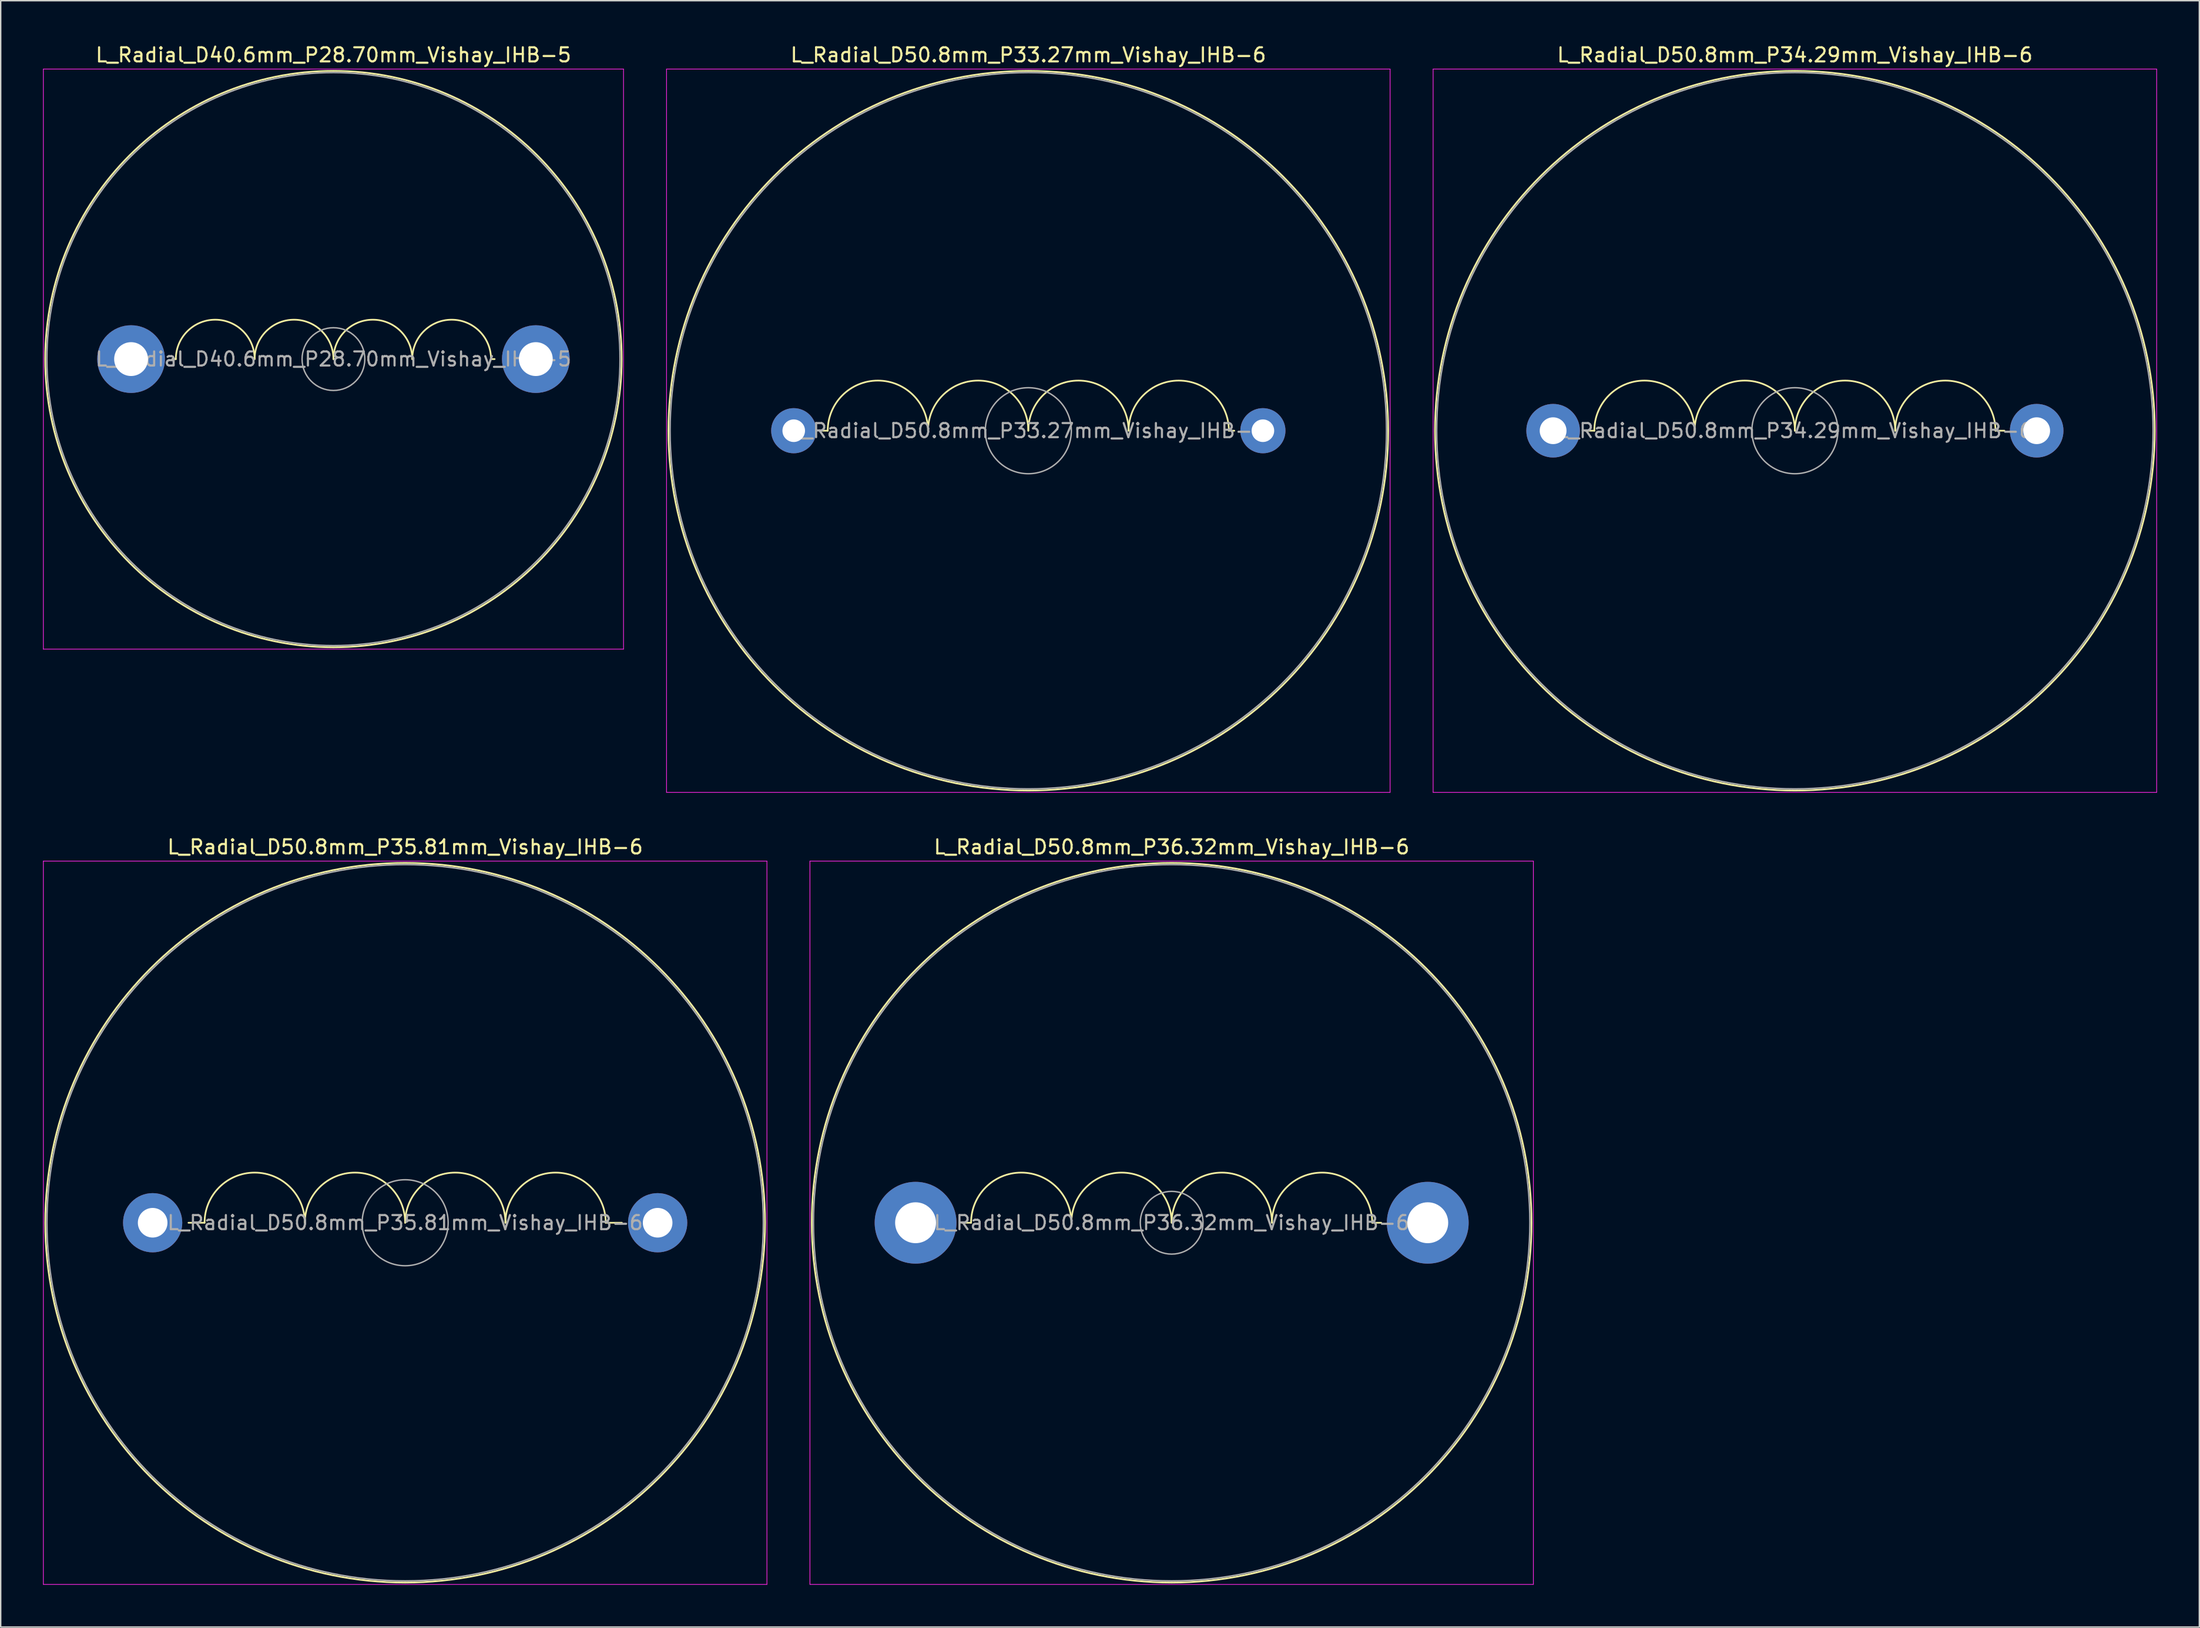
<source format=kicad_pcb>
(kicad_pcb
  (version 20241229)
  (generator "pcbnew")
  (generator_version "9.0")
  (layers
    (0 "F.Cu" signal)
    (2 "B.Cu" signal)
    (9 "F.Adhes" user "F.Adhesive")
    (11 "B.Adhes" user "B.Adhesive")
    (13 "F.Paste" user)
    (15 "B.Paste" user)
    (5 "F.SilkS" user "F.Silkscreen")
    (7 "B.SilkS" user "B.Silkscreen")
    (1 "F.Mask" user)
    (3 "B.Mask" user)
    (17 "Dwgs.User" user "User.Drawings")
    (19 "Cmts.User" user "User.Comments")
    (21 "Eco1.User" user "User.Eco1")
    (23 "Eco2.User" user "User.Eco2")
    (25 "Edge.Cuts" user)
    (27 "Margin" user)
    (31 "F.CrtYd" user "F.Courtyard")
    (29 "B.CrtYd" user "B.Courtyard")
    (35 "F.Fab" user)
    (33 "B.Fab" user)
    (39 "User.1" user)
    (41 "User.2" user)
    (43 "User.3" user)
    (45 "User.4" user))
  (footprint "L_Radial_D40.6mm_P28.70mm_Vishay_IHB-5"
    (layer "F.Cu")
    (at 6.245 22.418)
    (property "Reference" "L_Radial_D40.6mm_P28.70mm_Vishay_IHB-5" (at 14.35 -21.57 0) (layer "F.SilkS") (effects (font (size 1 1) (thickness 0.15))))
    (attr through_hole)
    (fp_line (start 3.174 0) (end 2.92 0) (stroke (width 0.12) (type solid)) (layer "F.SilkS"))
    (fp_line (start 25.526 0) (end 25.78 0) (stroke (width 0.12) (type solid)) (layer "F.SilkS"))
    (fp_arc (start 3.174 0) (mid 5.968 -2.794) (end 8.762 0) (stroke (width 0.12) (type solid)) (layer "F.SilkS"))
    (fp_arc (start 8.762 0) (mid 11.556 -2.794) (end 14.35 0) (stroke (width 0.12) (type solid)) (layer "F.SilkS"))
    (fp_arc (start 14.35 0) (mid 17.144 -2.794) (end 19.938 0) (stroke (width 0.12) (type solid)) (layer "F.SilkS"))
    (fp_arc (start 19.938 0) (mid 22.732 -2.794) (end 25.526 0) (stroke (width 0.12) (type solid)) (layer "F.SilkS"))
    (fp_circle (center 14.35 0) (end 34.79 0) (stroke (width 0.12) (type solid)) (fill no) (layer "F.SilkS"))
    (fp_line (start -6.22 -20.57) (end -6.22 20.57) (stroke (width 0.05) (type solid)) (layer "F.CrtYd"))
    (fp_line (start -6.22 20.57) (end 34.92 20.57) (stroke (width 0.05) (type solid)) (layer "F.CrtYd"))
    (fp_line (start 34.92 -20.57) (end -6.22 -20.57) (stroke (width 0.05) (type solid)) (layer "F.CrtYd"))
    (fp_line (start 34.92 20.57) (end 34.92 -20.57) (stroke (width 0.05) (type solid)) (layer "F.CrtYd"))
    (fp_circle (center 14.35 0) (end 16.575 0) (stroke (width 0.1) (type solid)) (fill no) (layer "F.Fab"))
    (fp_circle (center 14.35 0) (end 34.67 0) (stroke (width 0.1) (type solid)) (fill no) (layer "F.Fab"))
    (fp_text user "${REFERENCE}" (at 14.35 0 0) (layer "F.Fab") (effects (font (size 1 1) (thickness 0.15))))
    (pad "1" thru_hole circle (at 0 0) (size 4.8 4.8) (drill 2.4) (layers "*.Cu" "*.Mask"))
    (pad "2" thru_hole circle (at 28.7 0) (size 4.8 4.8) (drill 2.4) (layers "*.Cu" "*.Mask")))
  (footprint "L_Radial_D50.8mm_P36.32mm_Vishay_IHB-6"
    (layer "F.Cu")
    (at 61.875 83.671)
    (property "Reference" "L_Radial_D50.8mm_P36.32mm_Vishay_IHB-6" (at 18.16 -26.65 0) (layer "F.SilkS") (effects (font (size 1 1) (thickness 0.15))))
    (attr through_hole)
    (fp_line (start 3.936 0) (end 3.302 0) (stroke (width 0.12) (type solid)) (layer "F.SilkS"))
    (fp_line (start 32.384 0) (end 33.02 0) (stroke (width 0.12) (type solid)) (layer "F.SilkS"))
    (fp_arc (start 3.936 0) (mid 7.492 -3.556) (end 11.048 0) (stroke (width 0.12) (type solid)) (layer "F.SilkS"))
    (fp_arc (start 11.048 0) (mid 14.604 -3.556) (end 18.16 0) (stroke (width 0.12) (type solid)) (layer "F.SilkS"))
    (fp_arc (start 18.16 0) (mid 21.716 -3.556) (end 25.272 0) (stroke (width 0.12) (type solid)) (layer "F.SilkS"))
    (fp_arc (start 25.272 0) (mid 28.828 -3.556) (end 32.384 0) (stroke (width 0.12) (type solid)) (layer "F.SilkS"))
    (fp_circle (center 18.16 0) (end 43.68 0) (stroke (width 0.12) (type solid)) (fill no) (layer "F.SilkS"))
    (fp_line (start -7.49 -25.65) (end -7.49 25.65) (stroke (width 0.05) (type solid)) (layer "F.CrtYd"))
    (fp_line (start -7.49 25.65) (end 43.81 25.65) (stroke (width 0.05) (type solid)) (layer "F.CrtYd"))
    (fp_line (start 43.81 -25.65) (end -7.49 -25.65) (stroke (width 0.05) (type solid)) (layer "F.CrtYd"))
    (fp_line (start 43.81 25.65) (end 43.81 -25.65) (stroke (width 0.05) (type solid)) (layer "F.CrtYd"))
    (fp_circle (center 18.16 0) (end 20.385 0) (stroke (width 0.1) (type solid)) (fill no) (layer "F.Fab"))
    (fp_circle (center 18.16 0) (end 43.56 0) (stroke (width 0.1) (type solid)) (fill no) (layer "F.Fab"))
    (fp_text user "${REFERENCE}" (at 18.16 0 0) (layer "F.Fab") (effects (font (size 1 1) (thickness 0.15))))
    (pad "1" thru_hole circle (at 0 0) (size 5.8 5.8) (drill 2.9) (layers "*.Cu" "*.Mask"))
    (pad "2" thru_hole circle (at 36.32 0) (size 5.8 5.8) (drill 2.9) (layers "*.Cu" "*.Mask")))
  (footprint "L_Radial_D50.8mm_P34.29mm_Vishay_IHB-6"
    (layer "F.Cu")
    (at 107.085 27.498)
    (property "Reference" "L_Radial_D50.8mm_P34.29mm_Vishay_IHB-6" (at 17.145 -26.65 0) (layer "F.SilkS") (effects (font (size 1 1) (thickness 0.15))))
    (attr through_hole)
    (fp_line (start 2.921 0) (end 2.286 0) (stroke (width 0.12) (type solid)) (layer "F.SilkS"))
    (fp_line (start 31.369 0) (end 32.004 0) (stroke (width 0.12) (type solid)) (layer "F.SilkS"))
    (fp_arc (start 2.921 0) (mid 6.477 -3.556) (end 10.033 0) (stroke (width 0.12) (type solid)) (layer "F.SilkS"))
    (fp_arc (start 10.033 0) (mid 13.589 -3.556) (end 17.145 0) (stroke (width 0.12) (type solid)) (layer "F.SilkS"))
    (fp_arc (start 17.145 0) (mid 20.701 -3.556) (end 24.257 0) (stroke (width 0.12) (type solid)) (layer "F.SilkS"))
    (fp_arc (start 24.257 0) (mid 27.813 -3.556) (end 31.369 0) (stroke (width 0.12) (type solid)) (layer "F.SilkS"))
    (fp_circle (center 17.145 0) (end 42.665 0) (stroke (width 0.12) (type solid)) (fill no) (layer "F.SilkS"))
    (fp_line (start -8.51 -25.65) (end -8.51 25.65) (stroke (width 0.05) (type solid)) (layer "F.CrtYd"))
    (fp_line (start -8.51 25.65) (end 42.8 25.65) (stroke (width 0.05) (type solid)) (layer "F.CrtYd"))
    (fp_line (start 42.8 -25.65) (end -8.51 -25.65) (stroke (width 0.05) (type solid)) (layer "F.CrtYd"))
    (fp_line (start 42.8 25.65) (end 42.8 -25.65) (stroke (width 0.05) (type solid)) (layer "F.CrtYd"))
    (fp_circle (center 17.145 0) (end 20.195 0) (stroke (width 0.1) (type solid)) (fill no) (layer "F.Fab"))
    (fp_circle (center 17.145 0) (end 42.545 0) (stroke (width 0.1) (type solid)) (fill no) (layer "F.Fab"))
    (fp_text user "${REFERENCE}" (at 17.145 0 0) (layer "F.Fab") (effects (font (size 1 1) (thickness 0.15))))
    (pad "1" thru_hole circle (at 0 0) (size 3.8 3.8) (drill 1.9) (layers "*.Cu" "*.Mask"))
    (pad "2" thru_hole circle (at 34.29 0) (size 3.8 3.8) (drill 1.9) (layers "*.Cu" "*.Mask")))
  (footprint "L_Radial_D50.8mm_P35.81mm_Vishay_IHB-6"
    (layer "F.Cu")
    (at 7.775 83.671)
    (property "Reference" "L_Radial_D50.8mm_P35.81mm_Vishay_IHB-6" (at 17.905 -26.65 0) (layer "F.SilkS") (effects (font (size 1 1) (thickness 0.15))))
    (attr through_hole)
    (fp_line (start 3.681 0) (end 2.54 0) (stroke (width 0.12) (type solid)) (layer "F.SilkS"))
    (fp_line (start 32.129 0) (end 33.274 0) (stroke (width 0.12) (type solid)) (layer "F.SilkS"))
    (fp_arc (start 3.681 0) (mid 7.237 -3.556) (end 10.793 0) (stroke (width 0.12) (type solid)) (layer "F.SilkS"))
    (fp_arc (start 10.793 0) (mid 14.349 -3.556) (end 17.905 0) (stroke (width 0.12) (type solid)) (layer "F.SilkS"))
    (fp_arc (start 17.905 0) (mid 21.461 -3.556) (end 25.017 0) (stroke (width 0.12) (type solid)) (layer "F.SilkS"))
    (fp_arc (start 25.017 0) (mid 28.573 -3.556) (end 32.129 0) (stroke (width 0.12) (type solid)) (layer "F.SilkS"))
    (fp_circle (center 17.905 0) (end 43.425 0) (stroke (width 0.12) (type solid)) (fill no) (layer "F.SilkS"))
    (fp_line (start -7.75 -25.65) (end -7.75 25.65) (stroke (width 0.05) (type solid)) (layer "F.CrtYd"))
    (fp_line (start -7.75 25.65) (end 43.56 25.65) (stroke (width 0.05) (type solid)) (layer "F.CrtYd"))
    (fp_line (start 43.56 -25.65) (end -7.75 -25.65) (stroke (width 0.05) (type solid)) (layer "F.CrtYd"))
    (fp_line (start 43.56 25.65) (end 43.56 -25.65) (stroke (width 0.05) (type solid)) (layer "F.CrtYd"))
    (fp_circle (center 17.905 0) (end 20.955 0) (stroke (width 0.1) (type solid)) (fill no) (layer "F.Fab"))
    (fp_circle (center 17.905 0) (end 43.305 0) (stroke (width 0.1) (type solid)) (fill no) (layer "F.Fab"))
    (fp_text user "${REFERENCE}" (at 17.905 0 0) (layer "F.Fab") (effects (font (size 1 1) (thickness 0.15))))
    (pad "1" thru_hole circle (at 0 0) (size 4.2 4.2) (drill 2.1) (layers "*.Cu" "*.Mask"))
    (pad "2" thru_hole circle (at 35.81 0) (size 4.2 4.2) (drill 2.1) (layers "*.Cu" "*.Mask")))
  (footprint "L_Radial_D50.8mm_P33.27mm_Vishay_IHB-6"
    (layer "F.Cu")
    (at 53.235 27.498)
    (property "Reference" "L_Radial_D50.8mm_P33.27mm_Vishay_IHB-6" (at 16.635 -26.65 0) (layer "F.SilkS") (effects (font (size 1 1) (thickness 0.15))))
    (attr through_hole)
    (fp_line (start 2.411 0) (end 2.032 0) (stroke (width 0.12) (type solid)) (layer "F.SilkS"))
    (fp_line (start 30.859 0) (end 31.242 0) (stroke (width 0.12) (type solid)) (layer "F.SilkS"))
    (fp_arc (start 2.411 0) (mid 5.967 -3.556) (end 9.523 0) (stroke (width 0.12) (type solid)) (layer "F.SilkS"))
    (fp_arc (start 9.523 0) (mid 13.079 -3.556) (end 16.635 0) (stroke (width 0.12) (type solid)) (layer "F.SilkS"))
    (fp_arc (start 16.635 0) (mid 20.191 -3.556) (end 23.747 0) (stroke (width 0.12) (type solid)) (layer "F.SilkS"))
    (fp_arc (start 23.747 0) (mid 27.303 -3.556) (end 30.859 0) (stroke (width 0.12) (type solid)) (layer "F.SilkS"))
    (fp_circle (center 16.635 0) (end 42.155 0) (stroke (width 0.12) (type solid)) (fill no) (layer "F.SilkS"))
    (fp_line (start -9.02 -25.65) (end -9.02 25.65) (stroke (width 0.05) (type solid)) (layer "F.CrtYd"))
    (fp_line (start -9.02 25.65) (end 42.29 25.65) (stroke (width 0.05) (type solid)) (layer "F.CrtYd"))
    (fp_line (start 42.29 -25.65) (end -9.02 -25.65) (stroke (width 0.05) (type solid)) (layer "F.CrtYd"))
    (fp_line (start 42.29 25.65) (end 42.29 -25.65) (stroke (width 0.05) (type solid)) (layer "F.CrtYd"))
    (fp_circle (center 16.635 0) (end 19.685 0) (stroke (width 0.1) (type solid)) (fill no) (layer "F.Fab"))
    (fp_circle (center 16.635 0) (end 42.035 0) (stroke (width 0.1) (type solid)) (fill no) (layer "F.Fab"))
    (fp_text user "${REFERENCE}" (at 16.635 0 0) (layer "F.Fab") (effects (font (size 1 1) (thickness 0.15))))
    (pad "1" thru_hole circle (at 0 0) (size 3.2 3.2) (drill 1.6) (layers "*.Cu" "*.Mask"))
    (pad "2" thru_hole circle (at 33.27 0) (size 3.2 3.2) (drill 1.6) (layers "*.Cu" "*.Mask")))
  (gr_rect
    (start -3 -3)
    (end 152.91 112.347)
    (stroke (width 0.1) (type default))
    (fill no)
    (layer "Edge.Cuts")))
</source>
